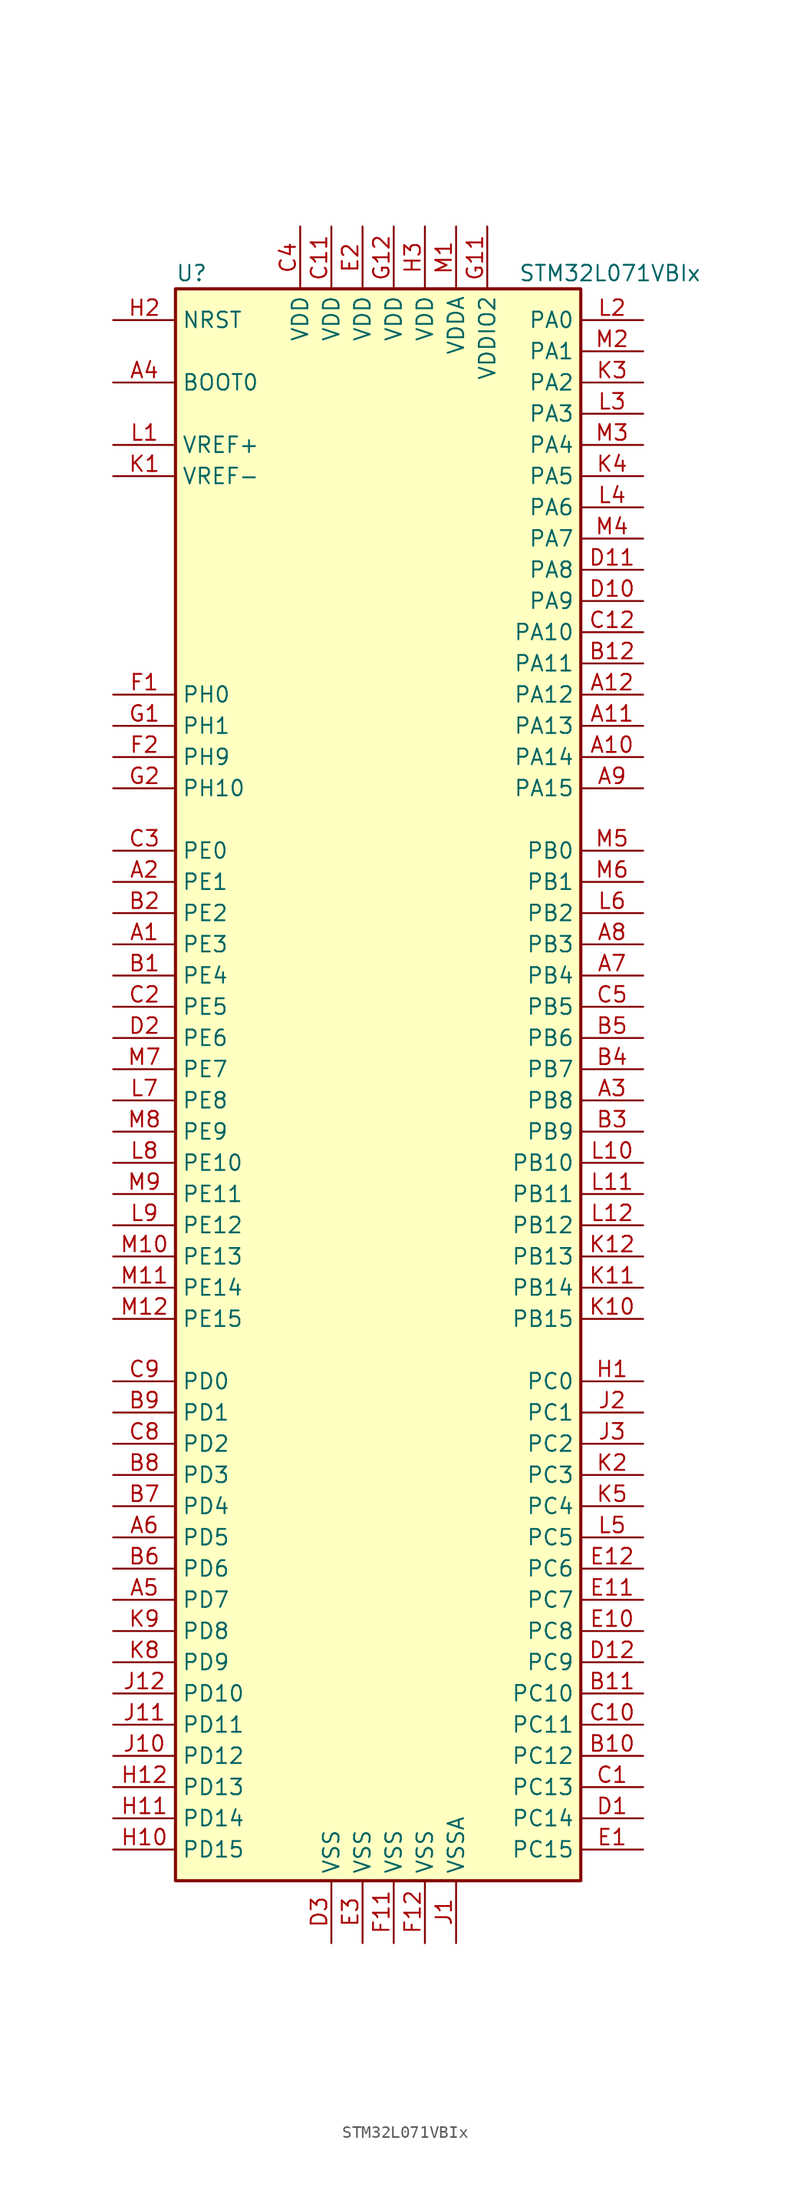
<source format=kicad_sym>
(kicad_symbol_lib
  (version 20211014)
  (generator kicad_symbol_editor)
  (symbol "STM32L071VBIx"
    (property "Reference" "U"
      (at -17.78 64.77 0)
      (effects (font (size 1.27 1.27)) (justify left)))
    (property "Value" "STM32L071VBIx"
      (at 10.16 64.77 0)
      (effects (font (size 1.27 1.27)) (justify left)))
    (symbol "STM32L071VBIx_0_1"
      (rectangle (start -17.78 -66.04) (end 15.24 63.5) (stroke (width 0.254) (type default) (color 0 0 0 0)) (fill (type background))))
    (symbol "STM32L071VBIx_1_1"
      (pin bidirectional line (at -22.86 10.16 0) (length 5.08) (name "PE3" (effects (font (size 1.27 1.27)))) (number "A1" (effects (font (size 1.27 1.27)))))
      (pin bidirectional line (at 20.32 25.4 180) (length 5.08) (name "PA14" (effects (font (size 1.27 1.27)))) (number "A10" (effects (font (size 1.27 1.27)))))
      (pin bidirectional line (at 20.32 27.94 180) (length 5.08) (name "PA13" (effects (font (size 1.27 1.27)))) (number "A11" (effects (font (size 1.27 1.27)))))
      (pin bidirectional line (at 20.32 30.48 180) (length 5.08) (name "PA12" (effects (font (size 1.27 1.27)))) (number "A12" (effects (font (size 1.27 1.27)))))
      (pin bidirectional line (at -22.86 15.24 0) (length 5.08) (name "PE1" (effects (font (size 1.27 1.27)))) (number "A2" (effects (font (size 1.27 1.27)))))
      (pin bidirectional line (at 20.32 -2.54 180) (length 5.08) (name "PB8" (effects (font (size 1.27 1.27)))) (number "A3" (effects (font (size 1.27 1.27)))))
      (pin input line (at -22.86 55.88 0) (length 5.08) (name "BOOT0" (effects (font (size 1.27 1.27)))) (number "A4" (effects (font (size 1.27 1.27)))))
      (pin bidirectional line (at -22.86 -43.18 0) (length 5.08) (name "PD7" (effects (font (size 1.27 1.27)))) (number "A5" (effects (font (size 1.27 1.27)))))
      (pin bidirectional line (at -22.86 -38.1 0) (length 5.08) (name "PD5" (effects (font (size 1.27 1.27)))) (number "A6" (effects (font (size 1.27 1.27)))))
      (pin bidirectional line (at 20.32 7.62 180) (length 5.08) (name "PB4" (effects (font (size 1.27 1.27)))) (number "A7" (effects (font (size 1.27 1.27)))))
      (pin bidirectional line (at 20.32 10.16 180) (length 5.08) (name "PB3" (effects (font (size 1.27 1.27)))) (number "A8" (effects (font (size 1.27 1.27)))))
      (pin bidirectional line (at 20.32 22.86 180) (length 5.08) (name "PA15" (effects (font (size 1.27 1.27)))) (number "A9" (effects (font (size 1.27 1.27)))))
      (pin bidirectional line (at -22.86 7.62 0) (length 5.08) (name "PE4" (effects (font (size 1.27 1.27)))) (number "B1" (effects (font (size 1.27 1.27)))))
      (pin bidirectional line (at 20.32 -55.88 180) (length 5.08) (name "PC12" (effects (font (size 1.27 1.27)))) (number "B10" (effects (font (size 1.27 1.27)))))
      (pin bidirectional line (at 20.32 -50.8 180) (length 5.08) (name "PC10" (effects (font (size 1.27 1.27)))) (number "B11" (effects (font (size 1.27 1.27)))))
      (pin bidirectional line (at 20.32 33.02 180) (length 5.08) (name "PA11" (effects (font (size 1.27 1.27)))) (number "B12" (effects (font (size 1.27 1.27)))))
      (pin bidirectional line (at -22.86 12.7 0) (length 5.08) (name "PE2" (effects (font (size 1.27 1.27)))) (number "B2" (effects (font (size 1.27 1.27)))))
      (pin bidirectional line (at 20.32 -5.08 180) (length 5.08) (name "PB9" (effects (font (size 1.27 1.27)))) (number "B3" (effects (font (size 1.27 1.27)))))
      (pin bidirectional line (at 20.32 0 180) (length 5.08) (name "PB7" (effects (font (size 1.27 1.27)))) (number "B4" (effects (font (size 1.27 1.27)))))
      (pin bidirectional line (at 20.32 2.54 180) (length 5.08) (name "PB6" (effects (font (size 1.27 1.27)))) (number "B5" (effects (font (size 1.27 1.27)))))
      (pin bidirectional line (at -22.86 -40.64 0) (length 5.08) (name "PD6" (effects (font (size 1.27 1.27)))) (number "B6" (effects (font (size 1.27 1.27)))))
      (pin bidirectional line (at -22.86 -35.56 0) (length 5.08) (name "PD4" (effects (font (size 1.27 1.27)))) (number "B7" (effects (font (size 1.27 1.27)))))
      (pin bidirectional line (at -22.86 -33.02 0) (length 5.08) (name "PD3" (effects (font (size 1.27 1.27)))) (number "B8" (effects (font (size 1.27 1.27)))))
      (pin bidirectional line (at -22.86 -27.94 0) (length 5.08) (name "PD1" (effects (font (size 1.27 1.27)))) (number "B9" (effects (font (size 1.27 1.27)))))
      (pin bidirectional line (at 20.32 -58.42 180) (length 5.08) (name "PC13" (effects (font (size 1.27 1.27)))) (number "C1" (effects (font (size 1.27 1.27)))))
      (pin bidirectional line (at 20.32 -53.34 180) (length 5.08) (name "PC11" (effects (font (size 1.27 1.27)))) (number "C10" (effects (font (size 1.27 1.27)))))
      (pin power_in line (at -5.08 68.58 270) (length 5.08) (name "VDD" (effects (font (size 1.27 1.27)))) (number "C11" (effects (font (size 1.27 1.27)))))
      (pin bidirectional line (at 20.32 35.56 180) (length 5.08) (name "PA10" (effects (font (size 1.27 1.27)))) (number "C12" (effects (font (size 1.27 1.27)))))
      (pin bidirectional line (at -22.86 5.08 0) (length 5.08) (name "PE5" (effects (font (size 1.27 1.27)))) (number "C2" (effects (font (size 1.27 1.27)))))
      (pin bidirectional line (at -22.86 17.78 0) (length 5.08) (name "PE0" (effects (font (size 1.27 1.27)))) (number "C3" (effects (font (size 1.27 1.27)))))
      (pin power_in line (at -7.62 68.58 270) (length 5.08) (name "VDD" (effects (font (size 1.27 1.27)))) (number "C4" (effects (font (size 1.27 1.27)))))
      (pin bidirectional line (at 20.32 5.08 180) (length 5.08) (name "PB5" (effects (font (size 1.27 1.27)))) (number "C5" (effects (font (size 1.27 1.27)))))
      (pin bidirectional line (at -22.86 -30.48 0) (length 5.08) (name "PD2" (effects (font (size 1.27 1.27)))) (number "C8" (effects (font (size 1.27 1.27)))))
      (pin bidirectional line (at -22.86 -25.4 0) (length 5.08) (name "PD0" (effects (font (size 1.27 1.27)))) (number "C9" (effects (font (size 1.27 1.27)))))
      (pin bidirectional line (at 20.32 -60.96 180) (length 5.08) (name "PC14" (effects (font (size 1.27 1.27)))) (number "D1" (effects (font (size 1.27 1.27)))))
      (pin bidirectional line (at 20.32 38.1 180) (length 5.08) (name "PA9" (effects (font (size 1.27 1.27)))) (number "D10" (effects (font (size 1.27 1.27)))))
      (pin bidirectional line (at 20.32 40.64 180) (length 5.08) (name "PA8" (effects (font (size 1.27 1.27)))) (number "D11" (effects (font (size 1.27 1.27)))))
      (pin bidirectional line (at 20.32 -48.26 180) (length 5.08) (name "PC9" (effects (font (size 1.27 1.27)))) (number "D12" (effects (font (size 1.27 1.27)))))
      (pin bidirectional line (at -22.86 2.54 0) (length 5.08) (name "PE6" (effects (font (size 1.27 1.27)))) (number "D2" (effects (font (size 1.27 1.27)))))
      (pin power_in line (at -5.08 -71.12 90) (length 5.08) (name "VSS" (effects (font (size 1.27 1.27)))) (number "D3" (effects (font (size 1.27 1.27)))))
      (pin bidirectional line (at 20.32 -63.5 180) (length 5.08) (name "PC15" (effects (font (size 1.27 1.27)))) (number "E1" (effects (font (size 1.27 1.27)))))
      (pin bidirectional line (at 20.32 -45.72 180) (length 5.08) (name "PC8" (effects (font (size 1.27 1.27)))) (number "E10" (effects (font (size 1.27 1.27)))))
      (pin bidirectional line (at 20.32 -43.18 180) (length 5.08) (name "PC7" (effects (font (size 1.27 1.27)))) (number "E11" (effects (font (size 1.27 1.27)))))
      (pin bidirectional line (at 20.32 -40.64 180) (length 5.08) (name "PC6" (effects (font (size 1.27 1.27)))) (number "E12" (effects (font (size 1.27 1.27)))))
      (pin power_in line (at -2.54 68.58 270) (length 5.08) (name "VDD" (effects (font (size 1.27 1.27)))) (number "E2" (effects (font (size 1.27 1.27)))))
      (pin power_in line (at -2.54 -71.12 90) (length 5.08) (name "VSS" (effects (font (size 1.27 1.27)))) (number "E3" (effects (font (size 1.27 1.27)))))
      (pin input line (at -22.86 30.48 0) (length 5.08) (name "PH0" (effects (font (size 1.27 1.27)))) (number "F1" (effects (font (size 1.27 1.27)))))
      (pin power_in line (at 0 -71.12 90) (length 5.08) (name "VSS" (effects (font (size 1.27 1.27)))) (number "F11" (effects (font (size 1.27 1.27)))))
      (pin power_in line (at 2.54 -71.12 90) (length 5.08) (name "VSS" (effects (font (size 1.27 1.27)))) (number "F12" (effects (font (size 1.27 1.27)))))
      (pin bidirectional line (at -22.86 25.4 0) (length 5.08) (name "PH9" (effects (font (size 1.27 1.27)))) (number "F2" (effects (font (size 1.27 1.27)))))
      (pin input line (at -22.86 27.94 0) (length 5.08) (name "PH1" (effects (font (size 1.27 1.27)))) (number "G1" (effects (font (size 1.27 1.27)))))
      (pin power_in line (at 7.62 68.58 270) (length 5.08) (name "VDDIO2" (effects (font (size 1.27 1.27)))) (number "G11" (effects (font (size 1.27 1.27)))))
      (pin power_in line (at 0 68.58 270) (length 5.08) (name "VDD" (effects (font (size 1.27 1.27)))) (number "G12" (effects (font (size 1.27 1.27)))))
      (pin bidirectional line (at -22.86 22.86 0) (length 5.08) (name "PH10" (effects (font (size 1.27 1.27)))) (number "G2" (effects (font (size 1.27 1.27)))))
      (pin bidirectional line (at 20.32 -25.4 180) (length 5.08) (name "PC0" (effects (font (size 1.27 1.27)))) (number "H1" (effects (font (size 1.27 1.27)))))
      (pin bidirectional line (at -22.86 -63.5 0) (length 5.08) (name "PD15" (effects (font (size 1.27 1.27)))) (number "H10" (effects (font (size 1.27 1.27)))))
      (pin bidirectional line (at -22.86 -60.96 0) (length 5.08) (name "PD14" (effects (font (size 1.27 1.27)))) (number "H11" (effects (font (size 1.27 1.27)))))
      (pin bidirectional line (at -22.86 -58.42 0) (length 5.08) (name "PD13" (effects (font (size 1.27 1.27)))) (number "H12" (effects (font (size 1.27 1.27)))))
      (pin input line (at -22.86 60.96 0) (length 5.08) (name "NRST" (effects (font (size 1.27 1.27)))) (number "H2" (effects (font (size 1.27 1.27)))))
      (pin power_in line (at 2.54 68.58 270) (length 5.08) (name "VDD" (effects (font (size 1.27 1.27)))) (number "H3" (effects (font (size 1.27 1.27)))))
      (pin power_in line (at 5.08 -71.12 90) (length 5.08) (name "VSSA" (effects (font (size 1.27 1.27)))) (number "J1" (effects (font (size 1.27 1.27)))))
      (pin bidirectional line (at -22.86 -55.88 0) (length 5.08) (name "PD12" (effects (font (size 1.27 1.27)))) (number "J10" (effects (font (size 1.27 1.27)))))
      (pin bidirectional line (at -22.86 -53.34 0) (length 5.08) (name "PD11" (effects (font (size 1.27 1.27)))) (number "J11" (effects (font (size 1.27 1.27)))))
      (pin bidirectional line (at -22.86 -50.8 0) (length 5.08) (name "PD10" (effects (font (size 1.27 1.27)))) (number "J12" (effects (font (size 1.27 1.27)))))
      (pin bidirectional line (at 20.32 -27.94 180) (length 5.08) (name "PC1" (effects (font (size 1.27 1.27)))) (number "J2" (effects (font (size 1.27 1.27)))))
      (pin bidirectional line (at 20.32 -30.48 180) (length 5.08) (name "PC2" (effects (font (size 1.27 1.27)))) (number "J3" (effects (font (size 1.27 1.27)))))
      (pin power_in line (at -22.86 48.26 0) (length 5.08) (name "VREF-" (effects (font (size 1.27 1.27)))) (number "K1" (effects (font (size 1.27 1.27)))))
      (pin bidirectional line (at 20.32 -20.32 180) (length 5.08) (name "PB15" (effects (font (size 1.27 1.27)))) (number "K10" (effects (font (size 1.27 1.27)))))
      (pin bidirectional line (at 20.32 -17.78 180) (length 5.08) (name "PB14" (effects (font (size 1.27 1.27)))) (number "K11" (effects (font (size 1.27 1.27)))))
      (pin bidirectional line (at 20.32 -15.24 180) (length 5.08) (name "PB13" (effects (font (size 1.27 1.27)))) (number "K12" (effects (font (size 1.27 1.27)))))
      (pin bidirectional line (at 20.32 -33.02 180) (length 5.08) (name "PC3" (effects (font (size 1.27 1.27)))) (number "K2" (effects (font (size 1.27 1.27)))))
      (pin bidirectional line (at 20.32 55.88 180) (length 5.08) (name "PA2" (effects (font (size 1.27 1.27)))) (number "K3" (effects (font (size 1.27 1.27)))))
      (pin bidirectional line (at 20.32 48.26 180) (length 5.08) (name "PA5" (effects (font (size 1.27 1.27)))) (number "K4" (effects (font (size 1.27 1.27)))))
      (pin bidirectional line (at 20.32 -35.56 180) (length 5.08) (name "PC4" (effects (font (size 1.27 1.27)))) (number "K5" (effects (font (size 1.27 1.27)))))
      (pin bidirectional line (at -22.86 -48.26 0) (length 5.08) (name "PD9" (effects (font (size 1.27 1.27)))) (number "K8" (effects (font (size 1.27 1.27)))))
      (pin bidirectional line (at -22.86 -45.72 0) (length 5.08) (name "PD8" (effects (font (size 1.27 1.27)))) (number "K9" (effects (font (size 1.27 1.27)))))
      (pin power_in line (at -22.86 50.8 0) (length 5.08) (name "VREF+" (effects (font (size 1.27 1.27)))) (number "L1" (effects (font (size 1.27 1.27)))))
      (pin bidirectional line (at 20.32 -7.62 180) (length 5.08) (name "PB10" (effects (font (size 1.27 1.27)))) (number "L10" (effects (font (size 1.27 1.27)))))
      (pin bidirectional line (at 20.32 -10.16 180) (length 5.08) (name "PB11" (effects (font (size 1.27 1.27)))) (number "L11" (effects (font (size 1.27 1.27)))))
      (pin bidirectional line (at 20.32 -12.7 180) (length 5.08) (name "PB12" (effects (font (size 1.27 1.27)))) (number "L12" (effects (font (size 1.27 1.27)))))
      (pin bidirectional line (at 20.32 60.96 180) (length 5.08) (name "PA0" (effects (font (size 1.27 1.27)))) (number "L2" (effects (font (size 1.27 1.27)))))
      (pin bidirectional line (at 20.32 53.34 180) (length 5.08) (name "PA3" (effects (font (size 1.27 1.27)))) (number "L3" (effects (font (size 1.27 1.27)))))
      (pin bidirectional line (at 20.32 45.72 180) (length 5.08) (name "PA6" (effects (font (size 1.27 1.27)))) (number "L4" (effects (font (size 1.27 1.27)))))
      (pin bidirectional line (at 20.32 -38.1 180) (length 5.08) (name "PC5" (effects (font (size 1.27 1.27)))) (number "L5" (effects (font (size 1.27 1.27)))))
      (pin bidirectional line (at 20.32 12.7 180) (length 5.08) (name "PB2" (effects (font (size 1.27 1.27)))) (number "L6" (effects (font (size 1.27 1.27)))))
      (pin bidirectional line (at -22.86 -2.54 0) (length 5.08) (name "PE8" (effects (font (size 1.27 1.27)))) (number "L7" (effects (font (size 1.27 1.27)))))
      (pin bidirectional line (at -22.86 -7.62 0) (length 5.08) (name "PE10" (effects (font (size 1.27 1.27)))) (number "L8" (effects (font (size 1.27 1.27)))))
      (pin bidirectional line (at -22.86 -12.7 0) (length 5.08) (name "PE12" (effects (font (size 1.27 1.27)))) (number "L9" (effects (font (size 1.27 1.27)))))
      (pin power_in line (at 5.08 68.58 270) (length 5.08) (name "VDDA" (effects (font (size 1.27 1.27)))) (number "M1" (effects (font (size 1.27 1.27)))))
      (pin bidirectional line (at -22.86 -15.24 0) (length 5.08) (name "PE13" (effects (font (size 1.27 1.27)))) (number "M10" (effects (font (size 1.27 1.27)))))
      (pin bidirectional line (at -22.86 -17.78 0) (length 5.08) (name "PE14" (effects (font (size 1.27 1.27)))) (number "M11" (effects (font (size 1.27 1.27)))))
      (pin bidirectional line (at -22.86 -20.32 0) (length 5.08) (name "PE15" (effects (font (size 1.27 1.27)))) (number "M12" (effects (font (size 1.27 1.27)))))
      (pin bidirectional line (at 20.32 58.42 180) (length 5.08) (name "PA1" (effects (font (size 1.27 1.27)))) (number "M2" (effects (font (size 1.27 1.27)))))
      (pin bidirectional line (at 20.32 50.8 180) (length 5.08) (name "PA4" (effects (font (size 1.27 1.27)))) (number "M3" (effects (font (size 1.27 1.27)))))
      (pin bidirectional line (at 20.32 43.18 180) (length 5.08) (name "PA7" (effects (font (size 1.27 1.27)))) (number "M4" (effects (font (size 1.27 1.27)))))
      (pin bidirectional line (at 20.32 17.78 180) (length 5.08) (name "PB0" (effects (font (size 1.27 1.27)))) (number "M5" (effects (font (size 1.27 1.27)))))
      (pin bidirectional line (at 20.32 15.24 180) (length 5.08) (name "PB1" (effects (font (size 1.27 1.27)))) (number "M6" (effects (font (size 1.27 1.27)))))
      (pin bidirectional line (at -22.86 0 0) (length 5.08) (name "PE7" (effects (font (size 1.27 1.27)))) (number "M7" (effects (font (size 1.27 1.27)))))
      (pin bidirectional line (at -22.86 -5.08 0) (length 5.08) (name "PE9" (effects (font (size 1.27 1.27)))) (number "M8" (effects (font (size 1.27 1.27)))))
      (pin bidirectional line (at -22.86 -10.16 0) (length 5.08) (name "PE11" (effects (font (size 1.27 1.27)))) (number "M9" (effects (font (size 1.27 1.27))))))))
</source>
